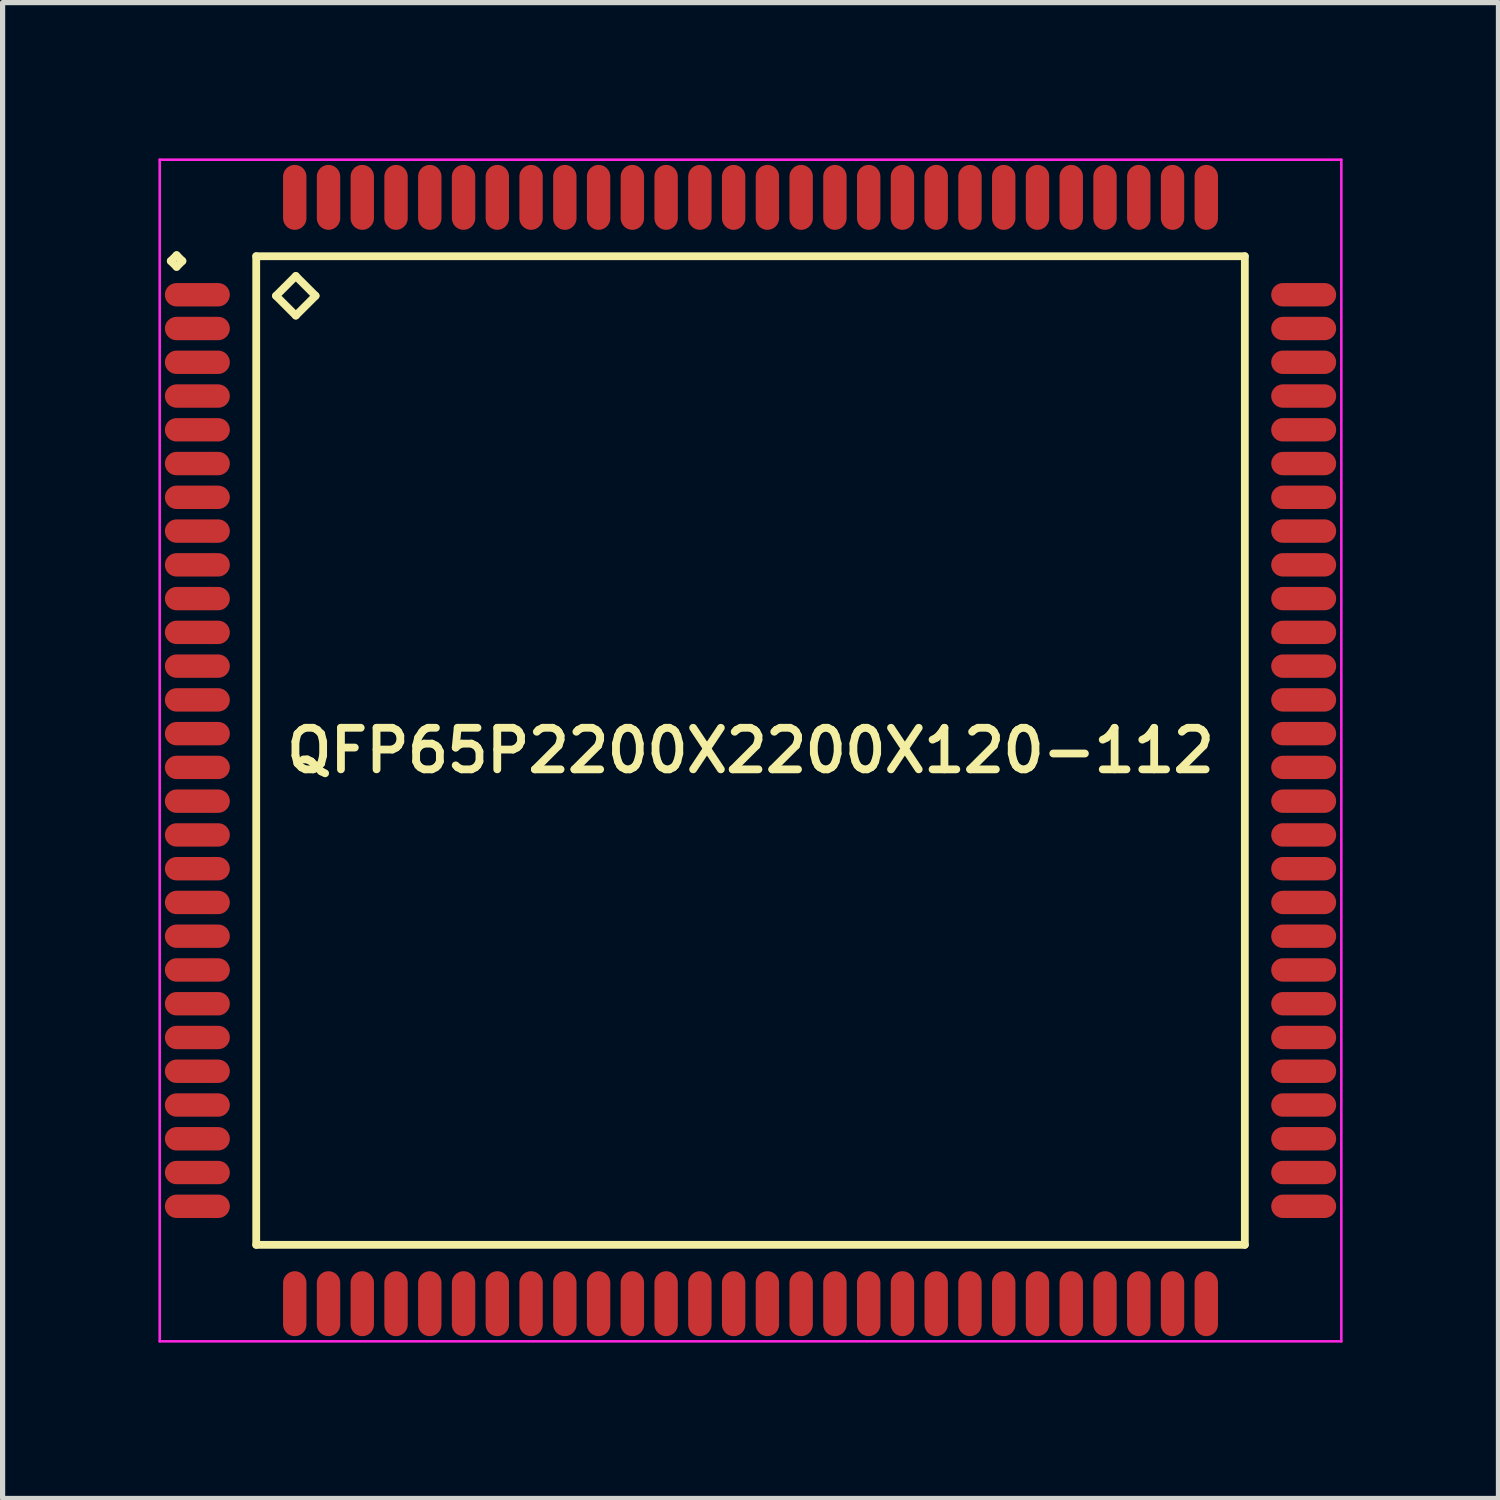
<source format=kicad_pcb>
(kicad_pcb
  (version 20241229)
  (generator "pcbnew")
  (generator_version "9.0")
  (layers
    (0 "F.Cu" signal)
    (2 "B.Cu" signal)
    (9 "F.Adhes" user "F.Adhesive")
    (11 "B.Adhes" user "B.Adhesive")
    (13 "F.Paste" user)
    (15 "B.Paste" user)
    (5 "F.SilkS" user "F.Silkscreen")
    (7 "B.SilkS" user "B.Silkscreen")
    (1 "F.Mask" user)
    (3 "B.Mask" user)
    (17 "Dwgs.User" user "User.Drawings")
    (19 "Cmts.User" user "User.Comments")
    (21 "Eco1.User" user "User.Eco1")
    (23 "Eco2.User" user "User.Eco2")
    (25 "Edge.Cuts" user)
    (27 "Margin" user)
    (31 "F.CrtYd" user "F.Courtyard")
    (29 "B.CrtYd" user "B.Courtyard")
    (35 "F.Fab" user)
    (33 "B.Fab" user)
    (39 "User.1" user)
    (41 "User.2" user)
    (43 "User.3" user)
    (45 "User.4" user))
  (footprint "QFP65P2200X2200X120-112"
    (layer "F.Cu")
    (at 11.4 11.4)
    (property "Reference" "QFP65P2200X2200X120-112" (at 0 0 0) (layer "F.SilkS") (effects (font (size 0.8 0.8) (thickness 0.15))))
    (attr smd)
    (fp_line (start -11.162 -9.425) (end -11.05 -9.537) (stroke (width 0.15) (type solid)) (layer "F.SilkS"))
    (fp_line (start -11.05 -9.537) (end -10.938 -9.425) (stroke (width 0.15) (type solid)) (layer "F.SilkS"))
    (fp_line (start -11.05 -9.312) (end -11.162 -9.425) (stroke (width 0.15) (type solid)) (layer "F.SilkS"))
    (fp_line (start -10.938 -9.425) (end -11.05 -9.312) (stroke (width 0.15) (type solid)) (layer "F.SilkS"))
    (fp_line (start -9.517 -9.517) (end -9.517 9.517) (stroke (width 0.15) (type solid)) (layer "F.SilkS"))
    (fp_line (start -9.517 9.517) (end 9.517 9.517) (stroke (width 0.15) (type solid)) (layer "F.SilkS"))
    (fp_line (start -9.136 -8.755) (end -8.755 -9.136) (stroke (width 0.15) (type solid)) (layer "F.SilkS"))
    (fp_line (start -8.755 -9.136) (end -8.374 -8.755) (stroke (width 0.15) (type solid)) (layer "F.SilkS"))
    (fp_line (start -8.755 -8.374) (end -9.136 -8.755) (stroke (width 0.15) (type solid)) (layer "F.SilkS"))
    (fp_line (start -8.374 -8.755) (end -8.755 -8.374) (stroke (width 0.15) (type solid)) (layer "F.SilkS"))
    (fp_line (start 9.517 -9.517) (end -9.517 -9.517) (stroke (width 0.15) (type solid)) (layer "F.SilkS"))
    (fp_line (start 9.517 9.517) (end 9.517 -9.517) (stroke (width 0.15) (type solid)) (layer "F.SilkS"))
    (fp_line (start -11.375 -11.375) (end 11.375 -11.375) (stroke (width 0.05) (type solid)) (layer "F.CrtYd"))
    (fp_line (start -11.375 11.375) (end -11.375 -11.375) (stroke (width 0.05) (type solid)) (layer "F.CrtYd"))
    (fp_line (start 11.375 -11.375) (end 11.375 11.375) (stroke (width 0.05) (type solid)) (layer "F.CrtYd"))
    (fp_line (start 11.375 11.375) (end -11.375 11.375) (stroke (width 0.05) (type solid)) (layer "F.CrtYd"))
    (pad "1" smd oval (at -10.65 -8.775) (size 1.25 0.45) (layers "F.Cu" "F.Mask" "F.Paste"))
    (pad "2" smd oval (at -10.65 -8.125) (size 1.25 0.45) (layers "F.Cu" "F.Mask" "F.Paste"))
    (pad "3" smd oval (at -10.65 -7.475) (size 1.25 0.45) (layers "F.Cu" "F.Mask" "F.Paste"))
    (pad "4" smd oval (at -10.65 -6.825) (size 1.25 0.45) (layers "F.Cu" "F.Mask" "F.Paste"))
    (pad "5" smd oval (at -10.65 -6.175) (size 1.25 0.45) (layers "F.Cu" "F.Mask" "F.Paste"))
    (pad "6" smd oval (at -10.65 -5.525) (size 1.25 0.45) (layers "F.Cu" "F.Mask" "F.Paste"))
    (pad "7" smd oval (at -10.65 -4.875) (size 1.25 0.45) (layers "F.Cu" "F.Mask" "F.Paste"))
    (pad "8" smd oval (at -10.65 -4.225) (size 1.25 0.45) (layers "F.Cu" "F.Mask" "F.Paste"))
    (pad "9" smd oval (at -10.65 -3.575) (size 1.25 0.45) (layers "F.Cu" "F.Mask" "F.Paste"))
    (pad "10" smd oval (at -10.65 -2.925) (size 1.25 0.45) (layers "F.Cu" "F.Mask" "F.Paste"))
    (pad "11" smd oval (at -10.65 -2.275) (size 1.25 0.45) (layers "F.Cu" "F.Mask" "F.Paste"))
    (pad "12" smd oval (at -10.65 -1.625) (size 1.25 0.45) (layers "F.Cu" "F.Mask" "F.Paste"))
    (pad "13" smd oval (at -10.65 -0.975) (size 1.25 0.45) (layers "F.Cu" "F.Mask" "F.Paste"))
    (pad "14" smd oval (at -10.65 -0.325) (size 1.25 0.45) (layers "F.Cu" "F.Mask" "F.Paste"))
    (pad "15" smd oval (at -10.65 0.325) (size 1.25 0.45) (layers "F.Cu" "F.Mask" "F.Paste"))
    (pad "16" smd oval (at -10.65 0.975) (size 1.25 0.45) (layers "F.Cu" "F.Mask" "F.Paste"))
    (pad "17" smd oval (at -10.65 1.625) (size 1.25 0.45) (layers "F.Cu" "F.Mask" "F.Paste"))
    (pad "18" smd oval (at -10.65 2.275) (size 1.25 0.45) (layers "F.Cu" "F.Mask" "F.Paste"))
    (pad "19" smd oval (at -10.65 2.925) (size 1.25 0.45) (layers "F.Cu" "F.Mask" "F.Paste"))
    (pad "20" smd oval (at -10.65 3.575) (size 1.25 0.45) (layers "F.Cu" "F.Mask" "F.Paste"))
    (pad "21" smd oval (at -10.65 4.225) (size 1.25 0.45) (layers "F.Cu" "F.Mask" "F.Paste"))
    (pad "22" smd oval (at -10.65 4.875) (size 1.25 0.45) (layers "F.Cu" "F.Mask" "F.Paste"))
    (pad "23" smd oval (at -10.65 5.525) (size 1.25 0.45) (layers "F.Cu" "F.Mask" "F.Paste"))
    (pad "24" smd oval (at -10.65 6.175) (size 1.25 0.45) (layers "F.Cu" "F.Mask" "F.Paste"))
    (pad "25" smd oval (at -10.65 6.825) (size 1.25 0.45) (layers "F.Cu" "F.Mask" "F.Paste"))
    (pad "26" smd oval (at -10.65 7.475) (size 1.25 0.45) (layers "F.Cu" "F.Mask" "F.Paste"))
    (pad "27" smd oval (at -10.65 8.125) (size 1.25 0.45) (layers "F.Cu" "F.Mask" "F.Paste"))
    (pad "28" smd oval (at -10.65 8.775) (size 1.25 0.45) (layers "F.Cu" "F.Mask" "F.Paste"))
    (pad "29" smd oval (at -8.775 10.65) (size 0.45 1.25) (layers "F.Cu" "F.Mask" "F.Paste"))
    (pad "30" smd oval (at -8.125 10.65) (size 0.45 1.25) (layers "F.Cu" "F.Mask" "F.Paste"))
    (pad "31" smd oval (at -7.475 10.65) (size 0.45 1.25) (layers "F.Cu" "F.Mask" "F.Paste"))
    (pad "32" smd oval (at -6.825 10.65) (size 0.45 1.25) (layers "F.Cu" "F.Mask" "F.Paste"))
    (pad "33" smd oval (at -6.175 10.65) (size 0.45 1.25) (layers "F.Cu" "F.Mask" "F.Paste"))
    (pad "34" smd oval (at -5.525 10.65) (size 0.45 1.25) (layers "F.Cu" "F.Mask" "F.Paste"))
    (pad "35" smd oval (at -4.875 10.65) (size 0.45 1.25) (layers "F.Cu" "F.Mask" "F.Paste"))
    (pad "36" smd oval (at -4.225 10.65) (size 0.45 1.25) (layers "F.Cu" "F.Mask" "F.Paste"))
    (pad "37" smd oval (at -3.575 10.65) (size 0.45 1.25) (layers "F.Cu" "F.Mask" "F.Paste"))
    (pad "38" smd oval (at -2.925 10.65) (size 0.45 1.25) (layers "F.Cu" "F.Mask" "F.Paste"))
    (pad "39" smd oval (at -2.275 10.65) (size 0.45 1.25) (layers "F.Cu" "F.Mask" "F.Paste"))
    (pad "40" smd oval (at -1.625 10.65) (size 0.45 1.25) (layers "F.Cu" "F.Mask" "F.Paste"))
    (pad "41" smd oval (at -0.975 10.65) (size 0.45 1.25) (layers "F.Cu" "F.Mask" "F.Paste"))
    (pad "42" smd oval (at -0.325 10.65) (size 0.45 1.25) (layers "F.Cu" "F.Mask" "F.Paste"))
    (pad "43" smd oval (at 0.325 10.65) (size 0.45 1.25) (layers "F.Cu" "F.Mask" "F.Paste"))
    (pad "44" smd oval (at 0.975 10.65) (size 0.45 1.25) (layers "F.Cu" "F.Mask" "F.Paste"))
    (pad "45" smd oval (at 1.625 10.65) (size 0.45 1.25) (layers "F.Cu" "F.Mask" "F.Paste"))
    (pad "46" smd oval (at 2.275 10.65) (size 0.45 1.25) (layers "F.Cu" "F.Mask" "F.Paste"))
    (pad "47" smd oval (at 2.925 10.65) (size 0.45 1.25) (layers "F.Cu" "F.Mask" "F.Paste"))
    (pad "48" smd oval (at 3.575 10.65) (size 0.45 1.25) (layers "F.Cu" "F.Mask" "F.Paste"))
    (pad "49" smd oval (at 4.225 10.65) (size 0.45 1.25) (layers "F.Cu" "F.Mask" "F.Paste"))
    (pad "50" smd oval (at 4.875 10.65) (size 0.45 1.25) (layers "F.Cu" "F.Mask" "F.Paste"))
    (pad "51" smd oval (at 5.525 10.65) (size 0.45 1.25) (layers "F.Cu" "F.Mask" "F.Paste"))
    (pad "52" smd oval (at 6.175 10.65) (size 0.45 1.25) (layers "F.Cu" "F.Mask" "F.Paste"))
    (pad "53" smd oval (at 6.825 10.65) (size 0.45 1.25) (layers "F.Cu" "F.Mask" "F.Paste"))
    (pad "54" smd oval (at 7.475 10.65) (size 0.45 1.25) (layers "F.Cu" "F.Mask" "F.Paste"))
    (pad "55" smd oval (at 8.125 10.65) (size 0.45 1.25) (layers "F.Cu" "F.Mask" "F.Paste"))
    (pad "56" smd oval (at 8.775 10.65) (size 0.45 1.25) (layers "F.Cu" "F.Mask" "F.Paste"))
    (pad "57" smd oval (at 10.65 8.775) (size 1.25 0.45) (layers "F.Cu" "F.Mask" "F.Paste"))
    (pad "58" smd oval (at 10.65 8.125) (size 1.25 0.45) (layers "F.Cu" "F.Mask" "F.Paste"))
    (pad "59" smd oval (at 10.65 7.475) (size 1.25 0.45) (layers "F.Cu" "F.Mask" "F.Paste"))
    (pad "60" smd oval (at 10.65 6.825) (size 1.25 0.45) (layers "F.Cu" "F.Mask" "F.Paste"))
    (pad "61" smd oval (at 10.65 6.175) (size 1.25 0.45) (layers "F.Cu" "F.Mask" "F.Paste"))
    (pad "62" smd oval (at 10.65 5.525) (size 1.25 0.45) (layers "F.Cu" "F.Mask" "F.Paste"))
    (pad "63" smd oval (at 10.65 4.875) (size 1.25 0.45) (layers "F.Cu" "F.Mask" "F.Paste"))
    (pad "64" smd oval (at 10.65 4.225) (size 1.25 0.45) (layers "F.Cu" "F.Mask" "F.Paste"))
    (pad "65" smd oval (at 10.65 3.575) (size 1.25 0.45) (layers "F.Cu" "F.Mask" "F.Paste"))
    (pad "66" smd oval (at 10.65 2.925) (size 1.25 0.45) (layers "F.Cu" "F.Mask" "F.Paste"))
    (pad "67" smd oval (at 10.65 2.275) (size 1.25 0.45) (layers "F.Cu" "F.Mask" "F.Paste"))
    (pad "68" smd oval (at 10.65 1.625) (size 1.25 0.45) (layers "F.Cu" "F.Mask" "F.Paste"))
    (pad "69" smd oval (at 10.65 0.975) (size 1.25 0.45) (layers "F.Cu" "F.Mask" "F.Paste"))
    (pad "70" smd oval (at 10.65 0.325) (size 1.25 0.45) (layers "F.Cu" "F.Mask" "F.Paste"))
    (pad "71" smd oval (at 10.65 -0.325) (size 1.25 0.45) (layers "F.Cu" "F.Mask" "F.Paste"))
    (pad "72" smd oval (at 10.65 -0.975) (size 1.25 0.45) (layers "F.Cu" "F.Mask" "F.Paste"))
    (pad "73" smd oval (at 10.65 -1.625) (size 1.25 0.45) (layers "F.Cu" "F.Mask" "F.Paste"))
    (pad "74" smd oval (at 10.65 -2.275) (size 1.25 0.45) (layers "F.Cu" "F.Mask" "F.Paste"))
    (pad "75" smd oval (at 10.65 -2.925) (size 1.25 0.45) (layers "F.Cu" "F.Mask" "F.Paste"))
    (pad "76" smd oval (at 10.65 -3.575) (size 1.25 0.45) (layers "F.Cu" "F.Mask" "F.Paste"))
    (pad "77" smd oval (at 10.65 -4.225) (size 1.25 0.45) (layers "F.Cu" "F.Mask" "F.Paste"))
    (pad "78" smd oval (at 10.65 -4.875) (size 1.25 0.45) (layers "F.Cu" "F.Mask" "F.Paste"))
    (pad "79" smd oval (at 10.65 -5.525) (size 1.25 0.45) (layers "F.Cu" "F.Mask" "F.Paste"))
    (pad "80" smd oval (at 10.65 -6.175) (size 1.25 0.45) (layers "F.Cu" "F.Mask" "F.Paste"))
    (pad "81" smd oval (at 10.65 -6.825) (size 1.25 0.45) (layers "F.Cu" "F.Mask" "F.Paste"))
    (pad "82" smd oval (at 10.65 -7.475) (size 1.25 0.45) (layers "F.Cu" "F.Mask" "F.Paste"))
    (pad "83" smd oval (at 10.65 -8.125) (size 1.25 0.45) (layers "F.Cu" "F.Mask" "F.Paste"))
    (pad "84" smd oval (at 10.65 -8.775) (size 1.25 0.45) (layers "F.Cu" "F.Mask" "F.Paste"))
    (pad "85" smd oval (at 8.775 -10.65) (size 0.45 1.25) (layers "F.Cu" "F.Mask" "F.Paste"))
    (pad "86" smd oval (at 8.125 -10.65) (size 0.45 1.25) (layers "F.Cu" "F.Mask" "F.Paste"))
    (pad "87" smd oval (at 7.475 -10.65) (size 0.45 1.25) (layers "F.Cu" "F.Mask" "F.Paste"))
    (pad "88" smd oval (at 6.825 -10.65) (size 0.45 1.25) (layers "F.Cu" "F.Mask" "F.Paste"))
    (pad "89" smd oval (at 6.175 -10.65) (size 0.45 1.25) (layers "F.Cu" "F.Mask" "F.Paste"))
    (pad "90" smd oval (at 5.525 -10.65) (size 0.45 1.25) (layers "F.Cu" "F.Mask" "F.Paste"))
    (pad "91" smd oval (at 4.875 -10.65) (size 0.45 1.25) (layers "F.Cu" "F.Mask" "F.Paste"))
    (pad "92" smd oval (at 4.225 -10.65) (size 0.45 1.25) (layers "F.Cu" "F.Mask" "F.Paste"))
    (pad "93" smd oval (at 3.575 -10.65) (size 0.45 1.25) (layers "F.Cu" "F.Mask" "F.Paste"))
    (pad "94" smd oval (at 2.925 -10.65) (size 0.45 1.25) (layers "F.Cu" "F.Mask" "F.Paste"))
    (pad "95" smd oval (at 2.275 -10.65) (size 0.45 1.25) (layers "F.Cu" "F.Mask" "F.Paste"))
    (pad "96" smd oval (at 1.625 -10.65) (size 0.45 1.25) (layers "F.Cu" "F.Mask" "F.Paste"))
    (pad "97" smd oval (at 0.975 -10.65) (size 0.45 1.25) (layers "F.Cu" "F.Mask" "F.Paste"))
    (pad "98" smd oval (at 0.325 -10.65) (size 0.45 1.25) (layers "F.Cu" "F.Mask" "F.Paste"))
    (pad "99" smd oval (at -0.325 -10.65) (size 0.45 1.25) (layers "F.Cu" "F.Mask" "F.Paste"))
    (pad "100" smd oval (at -0.975 -10.65) (size 0.45 1.25) (layers "F.Cu" "F.Mask" "F.Paste"))
    (pad "101" smd oval (at -1.625 -10.65) (size 0.45 1.25) (layers "F.Cu" "F.Mask" "F.Paste"))
    (pad "102" smd oval (at -2.275 -10.65) (size 0.45 1.25) (layers "F.Cu" "F.Mask" "F.Paste"))
    (pad "103" smd oval (at -2.925 -10.65) (size 0.45 1.25) (layers "F.Cu" "F.Mask" "F.Paste"))
    (pad "104" smd oval (at -3.575 -10.65) (size 0.45 1.25) (layers "F.Cu" "F.Mask" "F.Paste"))
    (pad "105" smd oval (at -4.225 -10.65) (size 0.45 1.25) (layers "F.Cu" "F.Mask" "F.Paste"))
    (pad "106" smd oval (at -4.875 -10.65) (size 0.45 1.25) (layers "F.Cu" "F.Mask" "F.Paste"))
    (pad "107" smd oval (at -5.525 -10.65) (size 0.45 1.25) (layers "F.Cu" "F.Mask" "F.Paste"))
    (pad "108" smd oval (at -6.175 -10.65) (size 0.45 1.25) (layers "F.Cu" "F.Mask" "F.Paste"))
    (pad "109" smd oval (at -6.825 -10.65) (size 0.45 1.25) (layers "F.Cu" "F.Mask" "F.Paste"))
    (pad "110" smd oval (at -7.475 -10.65) (size 0.45 1.25) (layers "F.Cu" "F.Mask" "F.Paste"))
    (pad "111" smd oval (at -8.125 -10.65) (size 0.45 1.25) (layers "F.Cu" "F.Mask" "F.Paste"))
    (pad "112" smd oval (at -8.775 -10.65) (size 0.45 1.25) (layers "F.Cu" "F.Mask" "F.Paste")))
  (gr_rect
    (start -3 -3)
    (end 25.8 25.8)
    (stroke (width 0.1) (type default))
    (fill no)
    (layer "Edge.Cuts")))
</source>
